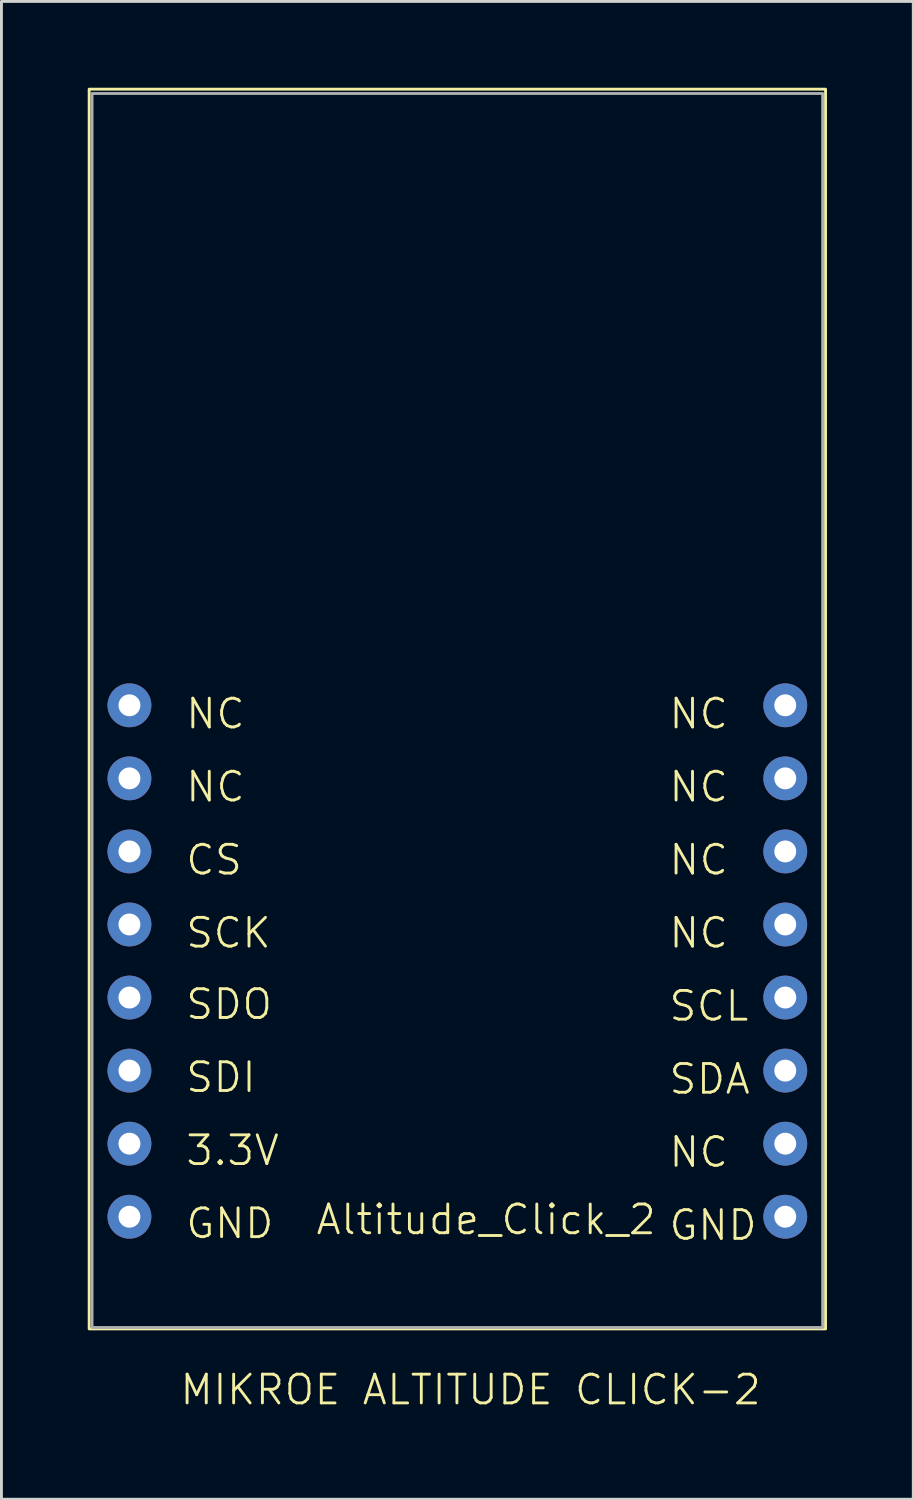
<source format=kicad_pcb>
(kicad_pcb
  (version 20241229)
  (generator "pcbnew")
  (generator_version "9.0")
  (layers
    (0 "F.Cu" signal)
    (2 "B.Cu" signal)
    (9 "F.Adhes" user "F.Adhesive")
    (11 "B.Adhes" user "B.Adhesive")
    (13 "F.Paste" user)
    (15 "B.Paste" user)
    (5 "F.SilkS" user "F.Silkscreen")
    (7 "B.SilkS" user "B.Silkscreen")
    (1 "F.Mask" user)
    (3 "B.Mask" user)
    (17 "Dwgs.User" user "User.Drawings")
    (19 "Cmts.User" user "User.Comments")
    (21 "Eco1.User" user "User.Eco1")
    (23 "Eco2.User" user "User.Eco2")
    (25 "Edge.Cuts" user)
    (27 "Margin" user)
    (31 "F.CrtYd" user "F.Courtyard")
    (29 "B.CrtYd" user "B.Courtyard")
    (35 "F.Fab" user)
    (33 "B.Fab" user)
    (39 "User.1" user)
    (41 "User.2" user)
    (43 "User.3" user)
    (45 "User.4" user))
  (footprint "Altitude_Click_2"
    (layer "F.Cu")
    (at 13.85 19.35)
    (property "Reference" "Altitude_Click_2" (at 0 20 0) (unlocked yes) (layer "F.SilkS") (effects (font (size 1 1) (thickness 0.1))))
    (attr through_hole)
    (fp_rect (start -13.8 -19.3) (end 11.8 23.8) (stroke (width 0.1) (type default)) (fill no) (layer "F.SilkS"))
    (fp_rect (start -13.7 -19.15) (end 11.7 23.75) (stroke (width 0.1) (type default)) (fill no) (layer "F.Fab"))
    (fp_text user "MIKROE ALTITUDE CLICK-2" (at -10.7 26.5 0) (unlocked yes) (layer "F.SilkS") (effects (font (size 1 1) (thickness 0.1)) (justify left bottom)))
    (fp_text user "NC" (at 6.3 5.54 0) (unlocked yes) (layer "F.SilkS") (effects (font (size 1 1) (thickness 0.1)) (justify left bottom)))
    (fp_text user "3.3V" (at -10.5 18.18 0) (unlocked yes) (layer "F.SilkS") (effects (font (size 1 1) (thickness 0.1)) (justify left bottom)))
    (fp_text user "NC" (at -10.5 5.54 0) (unlocked yes) (layer "F.SilkS") (effects (font (size 1 1) (thickness 0.1)) (justify left bottom)))
    (fp_text user "GND" (at -10.5 20.72 0) (unlocked yes) (layer "F.SilkS") (effects (font (size 1 1) (thickness 0.1)) (justify left bottom)))
    (fp_text user "SDA" (at 6.3 15.7 0) (unlocked yes) (layer "F.SilkS") (effects (font (size 1 1) (thickness 0.1)) (justify left bottom)))
    (fp_text user "GND" (at 6.3 20.78 0) (unlocked yes) (layer "F.SilkS") (effects (font (size 1 1) (thickness 0.1)) (justify left bottom)))
    (fp_text user "NC" (at 6.3 18.24 0) (unlocked yes) (layer "F.SilkS") (effects (font (size 1 1) (thickness 0.1)) (justify left bottom)))
    (fp_text user "SDI" (at -10.5 15.64 0) (unlocked yes) (layer "F.SilkS") (effects (font (size 1 1) (thickness 0.1)) (justify left bottom)))
    (fp_text user "SDO" (at -10.5 13.1 0) (unlocked yes) (layer "F.SilkS") (effects (font (size 1 1) (thickness 0.1)) (justify left bottom)))
    (fp_text user "NC" (at 6.3 10.62 0) (unlocked yes) (layer "F.SilkS") (effects (font (size 1 1) (thickness 0.1)) (justify left bottom)))
    (fp_text user "SCL" (at 6.3 13.16 0) (unlocked yes) (layer "F.SilkS") (effects (font (size 1 1) (thickness 0.1)) (justify left bottom)))
    (fp_text user "NC" (at -10.5 3 0) (unlocked yes) (layer "F.SilkS") (effects (font (size 1 1) (thickness 0.1)) (justify left bottom)))
    (fp_text user "NC" (at 6.3 8.08 0) (unlocked yes) (layer "F.SilkS") (effects (font (size 1 1) (thickness 0.1)) (justify left bottom)))
    (fp_text user "NC" (at 6.3 3 0) (unlocked yes) (layer "F.SilkS") (effects (font (size 1 1) (thickness 0.1)) (justify left bottom)))
    (fp_text user "CS" (at -10.5 8.08 0) (unlocked yes) (layer "F.SilkS") (effects (font (size 1 1) (thickness 0.1)) (justify left bottom)))
    (fp_text user "SCK" (at -10.5 10.62 0) (unlocked yes) (layer "F.SilkS") (effects (font (size 1 1) (thickness 0.1)) (justify left bottom)))
    (pad "1" thru_hole circle (at -12.4 2.12) (size 1.524 1.524) (drill 0.762) (layers "*.Cu" "*.Mask"))
    (pad "2" thru_hole circle (at -12.4 4.66) (size 1.524 1.524) (drill 0.762) (layers "*.Cu" "*.Mask"))
    (pad "3" thru_hole circle (at -12.4 7.2) (size 1.524 1.524) (drill 0.762) (layers "*.Cu" "*.Mask"))
    (pad "4" thru_hole circle (at -12.4 9.74) (size 1.524 1.524) (drill 0.762) (layers "*.Cu" "*.Mask"))
    (pad "5" thru_hole circle (at -12.4 12.28) (size 1.524 1.524) (drill 0.762) (layers "*.Cu" "*.Mask"))
    (pad "6" thru_hole circle (at -12.4 14.82) (size 1.524 1.524) (drill 0.762) (layers "*.Cu" "*.Mask"))
    (pad "7" thru_hole circle (at -12.4 17.36) (size 1.524 1.524) (drill 0.762) (layers "*.Cu" "*.Mask"))
    (pad "8" thru_hole circle (at -12.4 19.9) (size 1.524 1.524) (drill 0.762) (layers "*.Cu" "*.Mask"))
    (pad "9" thru_hole circle (at 10.4 19.9) (size 1.524 1.524) (drill 0.762) (layers "*.Cu" "*.Mask"))
    (pad "10" thru_hole circle (at 10.4 17.36) (size 1.524 1.524) (drill 0.762) (layers "*.Cu" "*.Mask"))
    (pad "11" thru_hole circle (at 10.4 14.82) (size 1.524 1.524) (drill 0.762) (layers "*.Cu" "*.Mask"))
    (pad "12" thru_hole circle (at 10.4 12.28) (size 1.524 1.524) (drill 0.762) (layers "*.Cu" "*.Mask"))
    (pad "13" thru_hole circle (at 10.4 9.74) (size 1.524 1.524) (drill 0.762) (layers "*.Cu" "*.Mask"))
    (pad "14" thru_hole circle (at 10.4 7.2) (size 1.524 1.524) (drill 0.762) (layers "*.Cu" "*.Mask"))
    (pad "15" thru_hole circle (at 10.4 4.66) (size 1.524 1.524) (drill 0.762) (layers "*.Cu" "*.Mask"))
    (pad "16" thru_hole circle (at 10.4 2.12) (size 1.524 1.524) (drill 0.762) (layers "*.Cu" "*.Mask")))
  (gr_rect
    (start -3 -3)
    (end 28.7 49.071)
    (stroke (width 0.1) (type default))
    (fill no)
    (layer "Edge.Cuts")))
</source>
